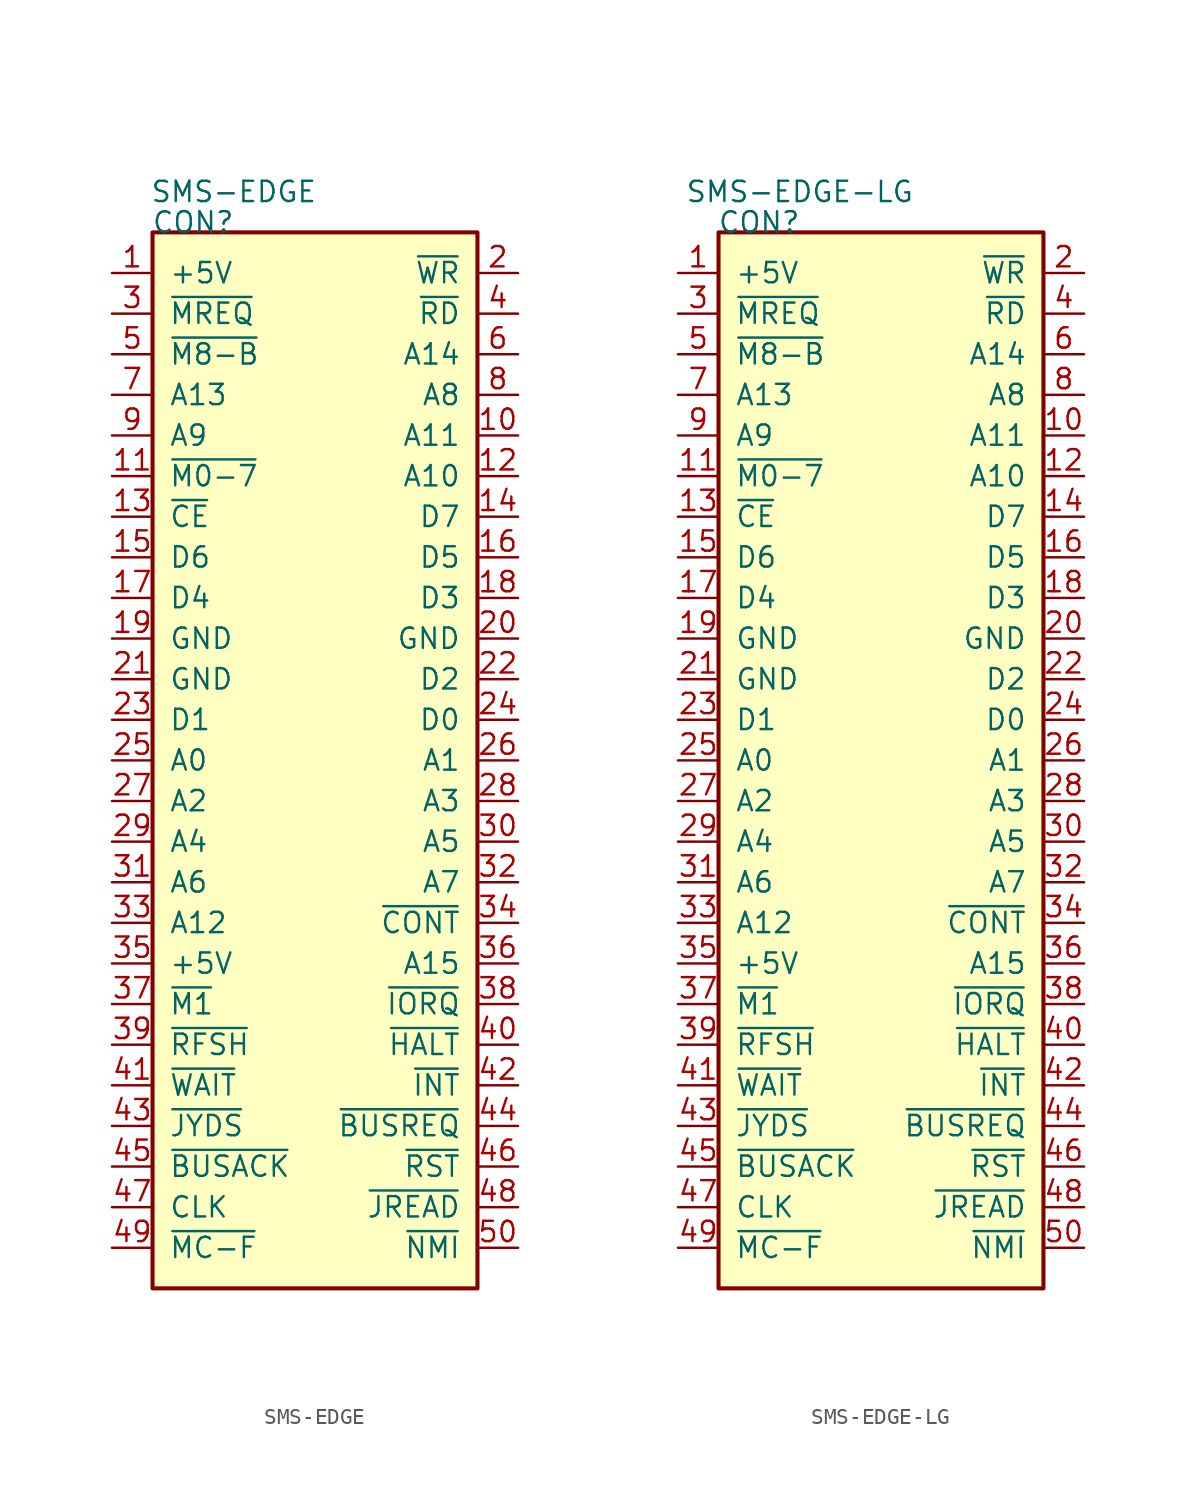
<source format=kicad_sym>
(kicad_symbol_lib
  (version 20220914)
  (generator kicad_symbol_editor)
  (symbol "SMS-EDGE"
    (pin_names
      (offset 1.016))
    (property "Reference" "CON"
      (at 2.54 0.635 0)
      (effects (font (size 1.27 1.27))))
    (property "Value" "SMS-EDGE"
      (at 5.08 2.54 0)
      (effects (font (size 1.27 1.27))))
    (symbol "SMS-EDGE_0_1"
      (rectangle (start 0 0) (end 20.32 -66.04) (stroke (width 0.254) (type default)) (fill (type background))))
    (symbol "SMS-EDGE_1_1"
      (pin power_in line (at -2.54 -2.54 0) (length 2.54) (name "+5V" (effects (font (size 1.27 1.27)))) (number "1" (effects (font (size 1.27 1.27)))))
      (pin input line (at 22.86 -12.7 180) (length 2.54) (name "A11" (effects (font (size 1.27 1.27)))) (number "10" (effects (font (size 1.27 1.27)))))
      (pin input line (at -2.54 -15.24 0) (length 2.54) (name "~{M0-7}" (effects (font (size 1.27 1.27)))) (number "11" (effects (font (size 1.27 1.27)))))
      (pin input line (at 22.86 -15.24 180) (length 2.54) (name "A10" (effects (font (size 1.27 1.27)))) (number "12" (effects (font (size 1.27 1.27)))))
      (pin input line (at -2.54 -17.78 0) (length 2.54) (name "~{CE}" (effects (font (size 1.27 1.27)))) (number "13" (effects (font (size 1.27 1.27)))))
      (pin input line (at 22.86 -17.78 180) (length 2.54) (name "D7" (effects (font (size 1.27 1.27)))) (number "14" (effects (font (size 1.27 1.27)))))
      (pin input line (at -2.54 -20.32 0) (length 2.54) (name "D6" (effects (font (size 1.27 1.27)))) (number "15" (effects (font (size 1.27 1.27)))))
      (pin input line (at 22.86 -20.32 180) (length 2.54) (name "D5" (effects (font (size 1.27 1.27)))) (number "16" (effects (font (size 1.27 1.27)))))
      (pin input line (at -2.54 -22.86 0) (length 2.54) (name "D4" (effects (font (size 1.27 1.27)))) (number "17" (effects (font (size 1.27 1.27)))))
      (pin input line (at 22.86 -22.86 180) (length 2.54) (name "D3" (effects (font (size 1.27 1.27)))) (number "18" (effects (font (size 1.27 1.27)))))
      (pin power_in line (at -2.54 -25.4 0) (length 2.54) (name "GND" (effects (font (size 1.27 1.27)))) (number "19" (effects (font (size 1.27 1.27)))))
      (pin input line (at 22.86 -2.54 180) (length 2.54) (name "~{WR}" (effects (font (size 1.27 1.27)))) (number "2" (effects (font (size 1.27 1.27)))))
      (pin power_in line (at 22.86 -25.4 180) (length 2.54) (name "GND" (effects (font (size 1.27 1.27)))) (number "20" (effects (font (size 1.27 1.27)))))
      (pin power_in line (at -2.54 -27.94 0) (length 2.54) (name "GND" (effects (font (size 1.27 1.27)))) (number "21" (effects (font (size 1.27 1.27)))))
      (pin input line (at 22.86 -27.94 180) (length 2.54) (name "D2" (effects (font (size 1.27 1.27)))) (number "22" (effects (font (size 1.27 1.27)))))
      (pin input line (at -2.54 -30.48 0) (length 2.54) (name "D1" (effects (font (size 1.27 1.27)))) (number "23" (effects (font (size 1.27 1.27)))))
      (pin input line (at 22.86 -30.48 180) (length 2.54) (name "D0" (effects (font (size 1.27 1.27)))) (number "24" (effects (font (size 1.27 1.27)))))
      (pin input line (at -2.54 -33.02 0) (length 2.54) (name "A0" (effects (font (size 1.27 1.27)))) (number "25" (effects (font (size 1.27 1.27)))))
      (pin input line (at 22.86 -33.02 180) (length 2.54) (name "A1" (effects (font (size 1.27 1.27)))) (number "26" (effects (font (size 1.27 1.27)))))
      (pin input line (at -2.54 -35.56 0) (length 2.54) (name "A2" (effects (font (size 1.27 1.27)))) (number "27" (effects (font (size 1.27 1.27)))))
      (pin input line (at 22.86 -35.56 180) (length 2.54) (name "A3" (effects (font (size 1.27 1.27)))) (number "28" (effects (font (size 1.27 1.27)))))
      (pin input line (at -2.54 -38.1 0) (length 2.54) (name "A4" (effects (font (size 1.27 1.27)))) (number "29" (effects (font (size 1.27 1.27)))))
      (pin input line (at -2.54 -5.08 0) (length 2.54) (name "~{MREQ}" (effects (font (size 1.27 1.27)))) (number "3" (effects (font (size 1.27 1.27)))))
      (pin input line (at 22.86 -38.1 180) (length 2.54) (name "A5" (effects (font (size 1.27 1.27)))) (number "30" (effects (font (size 1.27 1.27)))))
      (pin input line (at -2.54 -40.64 0) (length 2.54) (name "A6" (effects (font (size 1.27 1.27)))) (number "31" (effects (font (size 1.27 1.27)))))
      (pin input line (at 22.86 -40.64 180) (length 2.54) (name "A7" (effects (font (size 1.27 1.27)))) (number "32" (effects (font (size 1.27 1.27)))))
      (pin input line (at -2.54 -43.18 0) (length 2.54) (name "A12" (effects (font (size 1.27 1.27)))) (number "33" (effects (font (size 1.27 1.27)))))
      (pin passive line (at 22.86 -43.18 180) (length 2.54) (name "~{CONT}" (effects (font (size 1.27 1.27)))) (number "34" (effects (font (size 1.27 1.27)))))
      (pin power_in line (at -2.54 -45.72 0) (length 2.54) (name "+5V" (effects (font (size 1.27 1.27)))) (number "35" (effects (font (size 1.27 1.27)))))
      (pin input line (at 22.86 -45.72 180) (length 2.54) (name "A15" (effects (font (size 1.27 1.27)))) (number "36" (effects (font (size 1.27 1.27)))))
      (pin input line (at -2.54 -48.26 0) (length 2.54) (name "~{M1}" (effects (font (size 1.27 1.27)))) (number "37" (effects (font (size 1.27 1.27)))))
      (pin input line (at 22.86 -48.26 180) (length 2.54) (name "~{IORQ}" (effects (font (size 1.27 1.27)))) (number "38" (effects (font (size 1.27 1.27)))))
      (pin input line (at -2.54 -50.8 0) (length 2.54) (name "~{RFSH}" (effects (font (size 1.27 1.27)))) (number "39" (effects (font (size 1.27 1.27)))))
      (pin input line (at 22.86 -5.08 180) (length 2.54) (name "~{RD}" (effects (font (size 1.27 1.27)))) (number "4" (effects (font (size 1.27 1.27)))))
      (pin passive line (at 22.86 -50.8 180) (length 2.54) (name "~{HALT}" (effects (font (size 1.27 1.27)))) (number "40" (effects (font (size 1.27 1.27)))))
      (pin input line (at -2.54 -53.34 0) (length 2.54) (name "~{WAIT}" (effects (font (size 1.27 1.27)))) (number "41" (effects (font (size 1.27 1.27)))))
      (pin passive line (at 22.86 -53.34 180) (length 2.54) (name "~{INT}" (effects (font (size 1.27 1.27)))) (number "42" (effects (font (size 1.27 1.27)))))
      (pin input line (at -2.54 -55.88 0) (length 2.54) (name "~{JYDS}" (effects (font (size 1.27 1.27)))) (number "43" (effects (font (size 1.27 1.27)))))
      (pin passive line (at 22.86 -55.88 180) (length 2.54) (name "~{BUSREQ}" (effects (font (size 1.27 1.27)))) (number "44" (effects (font (size 1.27 1.27)))))
      (pin input line (at -2.54 -58.42 0) (length 2.54) (name "~{BUSACK}" (effects (font (size 1.27 1.27)))) (number "45" (effects (font (size 1.27 1.27)))))
      (pin passive line (at 22.86 -58.42 180) (length 2.54) (name "~{RST}" (effects (font (size 1.27 1.27)))) (number "46" (effects (font (size 1.27 1.27)))))
      (pin input line (at -2.54 -60.96 0) (length 2.54) (name "CLK" (effects (font (size 1.27 1.27)))) (number "47" (effects (font (size 1.27 1.27)))))
      (pin passive line (at 22.86 -60.96 180) (length 2.54) (name "~{JREAD}" (effects (font (size 1.27 1.27)))) (number "48" (effects (font (size 1.27 1.27)))))
      (pin input line (at -2.54 -63.5 0) (length 2.54) (name "~{MC-F}" (effects (font (size 1.27 1.27)))) (number "49" (effects (font (size 1.27 1.27)))))
      (pin input line (at -2.54 -7.62 0) (length 2.54) (name "~{M8-B}" (effects (font (size 1.27 1.27)))) (number "5" (effects (font (size 1.27 1.27)))))
      (pin passive line (at 22.86 -63.5 180) (length 2.54) (name "~{NMI}" (effects (font (size 1.27 1.27)))) (number "50" (effects (font (size 1.27 1.27)))))
      (pin input line (at 22.86 -7.62 180) (length 2.54) (name "A14" (effects (font (size 1.27 1.27)))) (number "6" (effects (font (size 1.27 1.27)))))
      (pin input line (at -2.54 -10.16 0) (length 2.54) (name "A13" (effects (font (size 1.27 1.27)))) (number "7" (effects (font (size 1.27 1.27)))))
      (pin input line (at 22.86 -10.16 180) (length 2.54) (name "A8" (effects (font (size 1.27 1.27)))) (number "8" (effects (font (size 1.27 1.27)))))
      (pin input line (at -2.54 -12.7 0) (length 2.54) (name "A9" (effects (font (size 1.27 1.27)))) (number "9" (effects (font (size 1.27 1.27)))))))
  (symbol "SMS-EDGE-LG"
    (pin_names
      (offset 1.016))
    (property "Reference" "CON"
      (at 2.54 0.635 0)
      (effects (font (size 1.27 1.27))))
    (property "Value" "SMS-EDGE-LG"
      (at 5.08 2.54 0)
      (effects (font (size 1.27 1.27))))
    (symbol "SMS-EDGE-LG_0_1"
      (rectangle (start 0 0) (end 20.32 -66.04) (stroke (width 0.254) (type default)) (fill (type background))))
    (symbol "SMS-EDGE-LG_1_1"
      (pin power_in line (at -2.54 -2.54 0) (length 2.54) (name "+5V" (effects (font (size 1.27 1.27)))) (number "1" (effects (font (size 1.27 1.27)))))
      (pin input line (at 22.86 -12.7 180) (length 2.54) (name "A11" (effects (font (size 1.27 1.27)))) (number "10" (effects (font (size 1.27 1.27)))))
      (pin input line (at -2.54 -15.24 0) (length 2.54) (name "~{M0-7}" (effects (font (size 1.27 1.27)))) (number "11" (effects (font (size 1.27 1.27)))))
      (pin input line (at 22.86 -15.24 180) (length 2.54) (name "A10" (effects (font (size 1.27 1.27)))) (number "12" (effects (font (size 1.27 1.27)))))
      (pin input line (at -2.54 -17.78 0) (length 2.54) (name "~{CE}" (effects (font (size 1.27 1.27)))) (number "13" (effects (font (size 1.27 1.27)))))
      (pin input line (at 22.86 -17.78 180) (length 2.54) (name "D7" (effects (font (size 1.27 1.27)))) (number "14" (effects (font (size 1.27 1.27)))))
      (pin input line (at -2.54 -20.32 0) (length 2.54) (name "D6" (effects (font (size 1.27 1.27)))) (number "15" (effects (font (size 1.27 1.27)))))
      (pin input line (at 22.86 -20.32 180) (length 2.54) (name "D5" (effects (font (size 1.27 1.27)))) (number "16" (effects (font (size 1.27 1.27)))))
      (pin input line (at -2.54 -22.86 0) (length 2.54) (name "D4" (effects (font (size 1.27 1.27)))) (number "17" (effects (font (size 1.27 1.27)))))
      (pin input line (at 22.86 -22.86 180) (length 2.54) (name "D3" (effects (font (size 1.27 1.27)))) (number "18" (effects (font (size 1.27 1.27)))))
      (pin power_in line (at -2.54 -25.4 0) (length 2.54) (name "GND" (effects (font (size 1.27 1.27)))) (number "19" (effects (font (size 1.27 1.27)))))
      (pin input line (at 22.86 -2.54 180) (length 2.54) (name "~{WR}" (effects (font (size 1.27 1.27)))) (number "2" (effects (font (size 1.27 1.27)))))
      (pin power_in line (at 22.86 -25.4 180) (length 2.54) (name "GND" (effects (font (size 1.27 1.27)))) (number "20" (effects (font (size 1.27 1.27)))))
      (pin power_in line (at -2.54 -27.94 0) (length 2.54) (name "GND" (effects (font (size 1.27 1.27)))) (number "21" (effects (font (size 1.27 1.27)))))
      (pin input line (at 22.86 -27.94 180) (length 2.54) (name "D2" (effects (font (size 1.27 1.27)))) (number "22" (effects (font (size 1.27 1.27)))))
      (pin input line (at -2.54 -30.48 0) (length 2.54) (name "D1" (effects (font (size 1.27 1.27)))) (number "23" (effects (font (size 1.27 1.27)))))
      (pin input line (at 22.86 -30.48 180) (length 2.54) (name "D0" (effects (font (size 1.27 1.27)))) (number "24" (effects (font (size 1.27 1.27)))))
      (pin input line (at -2.54 -33.02 0) (length 2.54) (name "A0" (effects (font (size 1.27 1.27)))) (number "25" (effects (font (size 1.27 1.27)))))
      (pin input line (at 22.86 -33.02 180) (length 2.54) (name "A1" (effects (font (size 1.27 1.27)))) (number "26" (effects (font (size 1.27 1.27)))))
      (pin input line (at -2.54 -35.56 0) (length 2.54) (name "A2" (effects (font (size 1.27 1.27)))) (number "27" (effects (font (size 1.27 1.27)))))
      (pin input line (at 22.86 -35.56 180) (length 2.54) (name "A3" (effects (font (size 1.27 1.27)))) (number "28" (effects (font (size 1.27 1.27)))))
      (pin input line (at -2.54 -38.1 0) (length 2.54) (name "A4" (effects (font (size 1.27 1.27)))) (number "29" (effects (font (size 1.27 1.27)))))
      (pin input line (at -2.54 -5.08 0) (length 2.54) (name "~{MREQ}" (effects (font (size 1.27 1.27)))) (number "3" (effects (font (size 1.27 1.27)))))
      (pin input line (at 22.86 -38.1 180) (length 2.54) (name "A5" (effects (font (size 1.27 1.27)))) (number "30" (effects (font (size 1.27 1.27)))))
      (pin input line (at -2.54 -40.64 0) (length 2.54) (name "A6" (effects (font (size 1.27 1.27)))) (number "31" (effects (font (size 1.27 1.27)))))
      (pin input line (at 22.86 -40.64 180) (length 2.54) (name "A7" (effects (font (size 1.27 1.27)))) (number "32" (effects (font (size 1.27 1.27)))))
      (pin input line (at -2.54 -43.18 0) (length 2.54) (name "A12" (effects (font (size 1.27 1.27)))) (number "33" (effects (font (size 1.27 1.27)))))
      (pin passive line (at 22.86 -43.18 180) (length 2.54) (name "~{CONT}" (effects (font (size 1.27 1.27)))) (number "34" (effects (font (size 1.27 1.27)))))
      (pin power_in line (at -2.54 -45.72 0) (length 2.54) (name "+5V" (effects (font (size 1.27 1.27)))) (number "35" (effects (font (size 1.27 1.27)))))
      (pin input line (at 22.86 -45.72 180) (length 2.54) (name "A15" (effects (font (size 1.27 1.27)))) (number "36" (effects (font (size 1.27 1.27)))))
      (pin input line (at -2.54 -48.26 0) (length 2.54) (name "~{M1}" (effects (font (size 1.27 1.27)))) (number "37" (effects (font (size 1.27 1.27)))))
      (pin input line (at 22.86 -48.26 180) (length 2.54) (name "~{IORQ}" (effects (font (size 1.27 1.27)))) (number "38" (effects (font (size 1.27 1.27)))))
      (pin input line (at -2.54 -50.8 0) (length 2.54) (name "~{RFSH}" (effects (font (size 1.27 1.27)))) (number "39" (effects (font (size 1.27 1.27)))))
      (pin input line (at 22.86 -5.08 180) (length 2.54) (name "~{RD}" (effects (font (size 1.27 1.27)))) (number "4" (effects (font (size 1.27 1.27)))))
      (pin passive line (at 22.86 -50.8 180) (length 2.54) (name "~{HALT}" (effects (font (size 1.27 1.27)))) (number "40" (effects (font (size 1.27 1.27)))))
      (pin input line (at -2.54 -53.34 0) (length 2.54) (name "~{WAIT}" (effects (font (size 1.27 1.27)))) (number "41" (effects (font (size 1.27 1.27)))))
      (pin passive line (at 22.86 -53.34 180) (length 2.54) (name "~{INT}" (effects (font (size 1.27 1.27)))) (number "42" (effects (font (size 1.27 1.27)))))
      (pin input line (at -2.54 -55.88 0) (length 2.54) (name "~{JYDS}" (effects (font (size 1.27 1.27)))) (number "43" (effects (font (size 1.27 1.27)))))
      (pin passive line (at 22.86 -55.88 180) (length 2.54) (name "~{BUSREQ}" (effects (font (size 1.27 1.27)))) (number "44" (effects (font (size 1.27 1.27)))))
      (pin input line (at -2.54 -58.42 0) (length 2.54) (name "~{BUSACK}" (effects (font (size 1.27 1.27)))) (number "45" (effects (font (size 1.27 1.27)))))
      (pin passive line (at 22.86 -58.42 180) (length 2.54) (name "~{RST}" (effects (font (size 1.27 1.27)))) (number "46" (effects (font (size 1.27 1.27)))))
      (pin input line (at -2.54 -60.96 0) (length 2.54) (name "CLK" (effects (font (size 1.27 1.27)))) (number "47" (effects (font (size 1.27 1.27)))))
      (pin passive line (at 22.86 -60.96 180) (length 2.54) (name "~{JREAD}" (effects (font (size 1.27 1.27)))) (number "48" (effects (font (size 1.27 1.27)))))
      (pin input line (at -2.54 -63.5 0) (length 2.54) (name "~{MC-F}" (effects (font (size 1.27 1.27)))) (number "49" (effects (font (size 1.27 1.27)))))
      (pin input line (at -2.54 -7.62 0) (length 2.54) (name "~{M8-B}" (effects (font (size 1.27 1.27)))) (number "5" (effects (font (size 1.27 1.27)))))
      (pin passive line (at 22.86 -63.5 180) (length 2.54) (name "~{NMI}" (effects (font (size 1.27 1.27)))) (number "50" (effects (font (size 1.27 1.27)))))
      (pin input line (at 22.86 -7.62 180) (length 2.54) (name "A14" (effects (font (size 1.27 1.27)))) (number "6" (effects (font (size 1.27 1.27)))))
      (pin input line (at -2.54 -10.16 0) (length 2.54) (name "A13" (effects (font (size 1.27 1.27)))) (number "7" (effects (font (size 1.27 1.27)))))
      (pin input line (at 22.86 -10.16 180) (length 2.54) (name "A8" (effects (font (size 1.27 1.27)))) (number "8" (effects (font (size 1.27 1.27)))))
      (pin input line (at -2.54 -12.7 0) (length 2.54) (name "A9" (effects (font (size 1.27 1.27)))) (number "9" (effects (font (size 1.27 1.27))))))))
</source>
